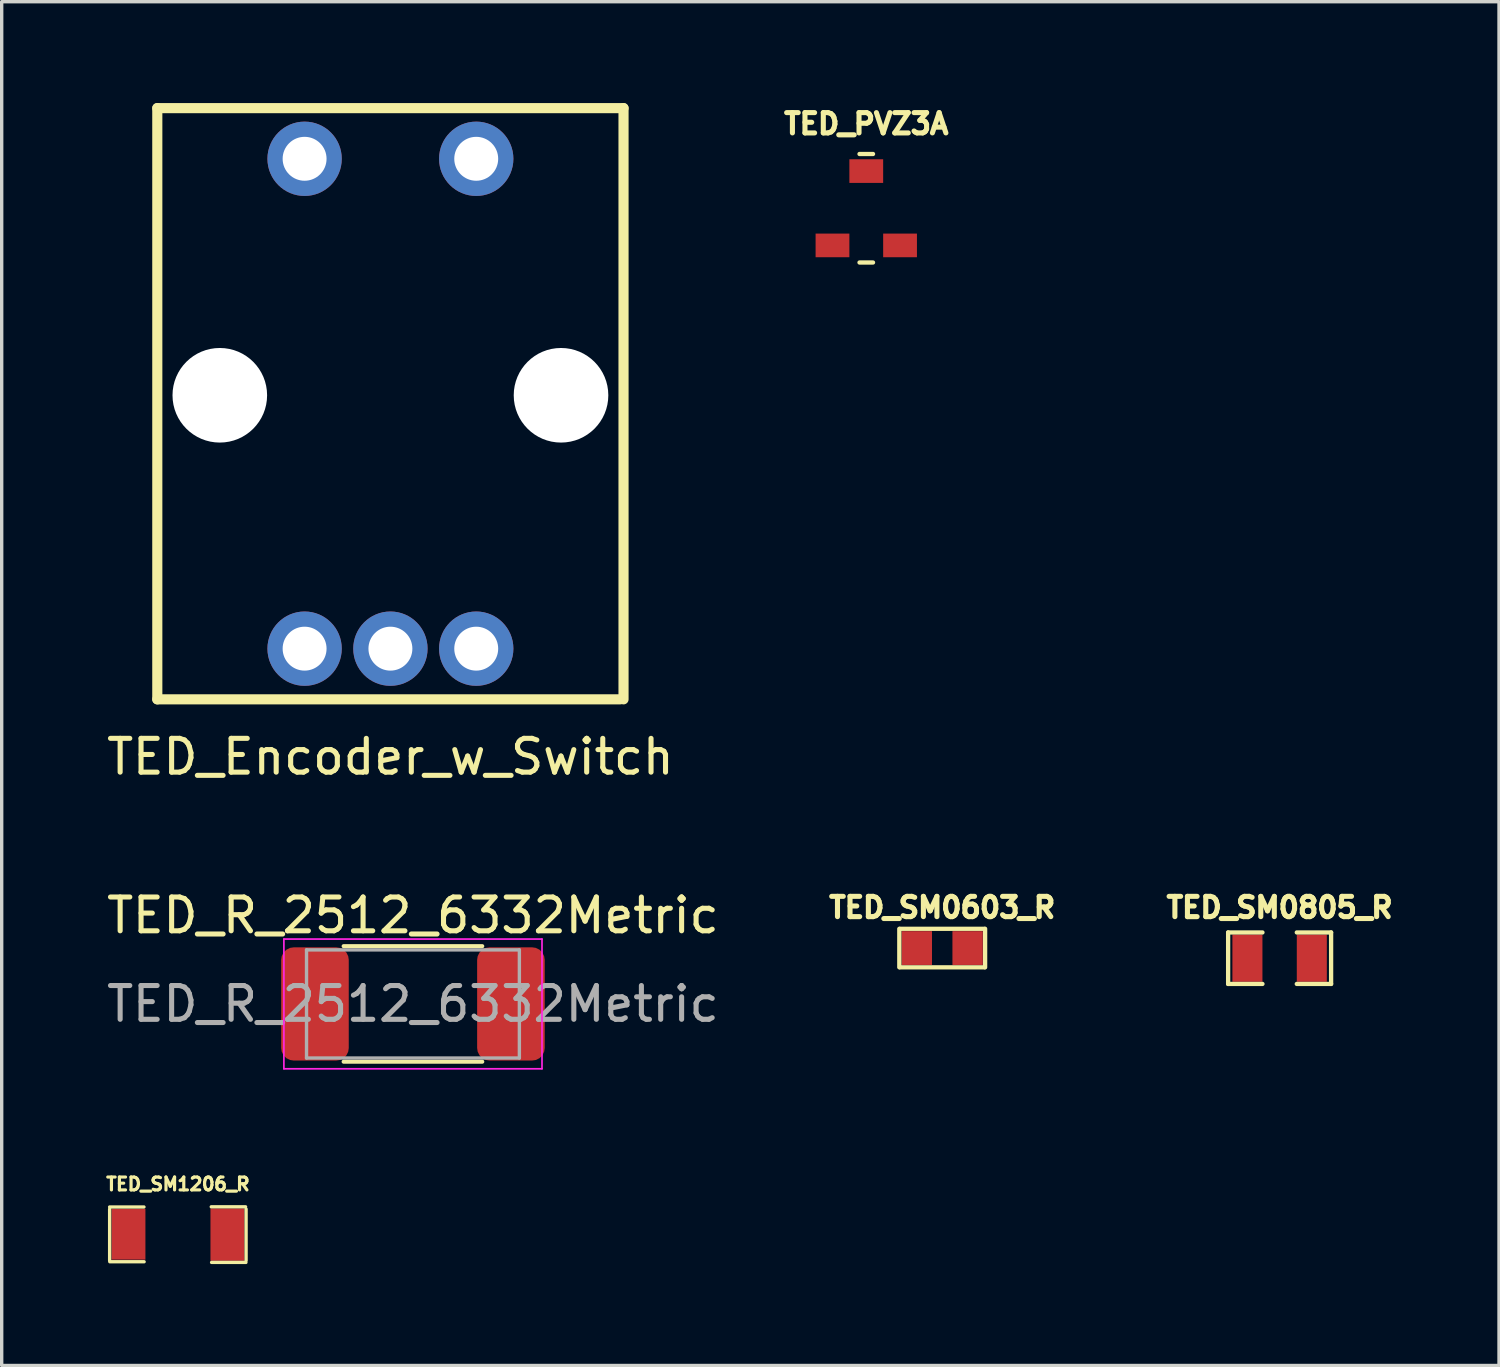
<source format=kicad_pcb>
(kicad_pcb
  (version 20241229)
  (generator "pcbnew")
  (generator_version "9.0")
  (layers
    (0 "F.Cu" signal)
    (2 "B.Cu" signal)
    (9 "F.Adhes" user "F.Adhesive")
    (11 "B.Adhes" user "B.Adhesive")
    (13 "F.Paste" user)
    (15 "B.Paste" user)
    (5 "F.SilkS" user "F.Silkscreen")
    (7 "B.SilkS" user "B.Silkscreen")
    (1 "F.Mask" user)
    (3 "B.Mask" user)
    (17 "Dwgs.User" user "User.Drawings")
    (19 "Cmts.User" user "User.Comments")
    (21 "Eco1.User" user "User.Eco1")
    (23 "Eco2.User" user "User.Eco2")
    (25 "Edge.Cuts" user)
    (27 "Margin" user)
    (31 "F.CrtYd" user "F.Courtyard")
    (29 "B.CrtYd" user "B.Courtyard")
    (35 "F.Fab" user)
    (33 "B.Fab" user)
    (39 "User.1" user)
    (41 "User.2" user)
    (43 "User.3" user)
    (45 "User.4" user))
  (footprint "TED_PVZ3A"
    (layer "F.Cu")
    (at 22.591 3.114)
    (property "Reference" "TED_PVZ3A" (at 0 -2.5 0) (layer "F.SilkS") (effects (font (size 0.6 0.6) (thickness 0.15))))
    (attr through_hole)
    (fp_line (start -0.2 -1.606) (end 0.2 -1.606) (stroke (width 0.127) (type solid)) (layer "F.SilkS"))
    (fp_line (start 0.2 1.606) (end -0.2 1.606) (stroke (width 0.127) (type solid)) (layer "F.SilkS"))
    (pad "1" smd rect (at -1 1.1) (size 1 0.7) (layers "F.Cu" "F.Mask" "F.Paste"))
    (pad "2" smd rect (at 0 -1.1) (size 1 0.7) (layers "F.Cu" "F.Mask" "F.Paste"))
    (pad "3" smd rect (at 1 1.1) (size 1 0.7) (layers "F.Cu" "F.Mask" "F.Paste")))
  (footprint "TED_Encoder_w_Switch"
    (layer "F.Cu")
    (at 8.506 8.65)
    (property "Reference" "TED_Encoder_w_Switch" (at 0 10.7 0) (layer "F.SilkS") (effects (font (size 1 1) (thickness 0.15))))
    (attr through_hole)
    (fp_line (start -6.9 -8.5) (end 6.9 -8.5) (stroke (width 0.3) (type solid)) (layer "F.SilkS"))
    (fp_line (start -6.9 9) (end -6.9 -8.5) (stroke (width 0.3) (type solid)) (layer "F.SilkS"))
    (fp_line (start 6.8 9) (end -6.9 9) (stroke (width 0.3) (type solid)) (layer "F.SilkS"))
    (fp_line (start 6.9 -8.5) (end 6.9 9) (stroke (width 0.3) (type solid)) (layer "F.SilkS"))
    (pad "" np_thru_hole circle (at -5.05 0) (size 2.8 2.8) (drill 2.8) (layers "*.Cu" "*.Mask"))
    (pad "" np_thru_hole circle (at 5.05 0) (size 2.8 2.8) (drill 2.8) (layers "*.Cu" "*.Mask"))
    (pad "1" thru_hole circle (at -2.54 7.5) (size 2.2 2.2) (drill 1.3) (layers "*.Cu" "*.Mask"))
    (pad "2" thru_hole circle (at 0 7.5) (size 2.2 2.2) (drill 1.3) (layers "*.Cu" "*.Mask"))
    (pad "3" thru_hole circle (at 2.54 7.5) (size 2.2 2.2) (drill 1.3) (layers "*.Cu" "*.Mask"))
    (pad "4" thru_hole circle (at -2.54 -7) (size 2.2 2.2) (drill 1.3) (layers "*.Cu" "*.Mask"))
    (pad "5" thru_hole circle (at 2.54 -7) (size 2.2 2.2) (drill 1.3) (layers "*.Cu" "*.Mask")))
  (footprint "TED_R_2512_6332Metric"
    (layer "F.Cu")
    (at 9.173 26.666)
    (property "Reference" "TED_R_2512_6332Metric" (at 0 -2.62 0) (layer "F.SilkS") (effects (font (size 1 1) (thickness 0.15))))
    (attr smd)
    (fp_line (start -2.052 -1.71) (end 2.052 -1.71) (stroke (width 0.12) (type solid)) (layer "F.SilkS"))
    (fp_line (start -2.052 1.71) (end 2.052 1.71) (stroke (width 0.12) (type solid)) (layer "F.SilkS"))
    (fp_line (start -3.82 -1.92) (end 3.82 -1.92) (stroke (width 0.05) (type solid)) (layer "F.CrtYd"))
    (fp_line (start -3.82 1.92) (end -3.82 -1.92) (stroke (width 0.05) (type solid)) (layer "F.CrtYd"))
    (fp_line (start 3.82 -1.92) (end 3.82 1.92) (stroke (width 0.05) (type solid)) (layer "F.CrtYd"))
    (fp_line (start 3.82 1.92) (end -3.82 1.92) (stroke (width 0.05) (type solid)) (layer "F.CrtYd"))
    (fp_line (start -3.15 -1.6) (end 3.15 -1.6) (stroke (width 0.1) (type solid)) (layer "F.Fab"))
    (fp_line (start -3.15 1.6) (end -3.15 -1.6) (stroke (width 0.1) (type solid)) (layer "F.Fab"))
    (fp_line (start 3.15 -1.6) (end 3.15 1.6) (stroke (width 0.1) (type solid)) (layer "F.Fab"))
    (fp_line (start 3.15 1.6) (end -3.15 1.6) (stroke (width 0.1) (type solid)) (layer "F.Fab"))
    (fp_text user "${REFERENCE}" (at 0 0 0) (layer "F.Fab") (effects (font (size 1 1) (thickness 0.15))))
    (pad "1" smd roundrect (at -2.9 0) (size 2 3.35) (layers "F.Cu" "F.Mask" "F.Paste") (roundrect_rratio 0.185))
    (pad "2" smd roundrect (at 2.9 0) (size 2 3.35) (layers "F.Cu" "F.Mask" "F.Paste") (roundrect_rratio 0.185)))
  (footprint "TED_SM0603_R"
    (layer "F.Cu")
    (at 24.839 25.012)
    (property "Reference" "TED_SM0603_R" (at 0 -1.2 0) (layer "F.SilkS") (effects (font (size 0.6 0.6) (thickness 0.15))))
    (attr through_hole)
    (fp_line (start -1.27 -0.57) (end -1.27 0.57) (stroke (width 0.127) (type solid)) (layer "F.SilkS"))
    (fp_line (start -1.25 -0.57) (end 1.25 -0.57) (stroke (width 0.127) (type solid)) (layer "F.SilkS"))
    (fp_line (start 1.25 0.57) (end -1.25 0.57) (stroke (width 0.127) (type solid)) (layer "F.SilkS"))
    (fp_line (start 1.27 -0.57) (end 1.27 0.57) (stroke (width 0.127) (type solid)) (layer "F.SilkS"))
    (pad "1" smd rect (at -0.752 0) (size 0.899 1.001) (layers "F.Cu" "F.Mask" "F.Paste"))
    (pad "2" smd rect (at 0.752 0) (size 0.899 1.001) (layers "F.Cu" "F.Mask" "F.Paste")))
  (footprint "TED_SM0805_R"
    (layer "F.Cu")
    (at 34.826 25.312)
    (property "Reference" "TED_SM0805_R" (at 0 -1.5 0) (layer "F.SilkS") (effects (font (size 0.6 0.6) (thickness 0.15))))
    (attr smd)
    (fp_line (start -1.524 -0.762) (end -0.508 -0.762) (stroke (width 0.127) (type solid)) (layer "F.SilkS"))
    (fp_line (start -1.524 0.762) (end -1.524 -0.762) (stroke (width 0.127) (type solid)) (layer "F.SilkS"))
    (fp_line (start -0.508 0.762) (end -1.524 0.762) (stroke (width 0.127) (type solid)) (layer "F.SilkS"))
    (fp_line (start 0.508 -0.762) (end 1.524 -0.762) (stroke (width 0.127) (type solid)) (layer "F.SilkS"))
    (fp_line (start 1.524 -0.762) (end 1.524 0.762) (stroke (width 0.127) (type solid)) (layer "F.SilkS"))
    (fp_line (start 1.524 0.762) (end 0.508 0.762) (stroke (width 0.127) (type solid)) (layer "F.SilkS"))
    (pad "1" smd rect (at -0.953 0) (size 0.889 1.397) (layers "F.Cu" "F.Mask" "F.Paste"))
    (pad "2" smd rect (at 0.953 0) (size 0.889 1.397) (layers "F.Cu" "F.Mask" "F.Paste")))
  (footprint "TED_SM1206_R"
    (layer "F.Cu")
    (at 2.217 33.499)
    (property "Reference" "TED_SM1206_R" (at 0 -1.5 0) (layer "F.SilkS") (effects (font (size 0.381 0.381) (thickness 0.094))))
    (attr smd)
    (fp_line (start -2.022 -0.823) (end -1.006 -0.823) (stroke (width 0.099) (type solid)) (layer "F.SilkS"))
    (fp_line (start -2.022 0.762) (end -2.022 -0.762) (stroke (width 0.099) (type solid)) (layer "F.SilkS"))
    (fp_line (start -1.001 0.798) (end -2.017 0.798) (stroke (width 0.099) (type solid)) (layer "F.SilkS"))
    (fp_line (start 0.986 -0.828) (end 2.002 -0.828) (stroke (width 0.099) (type solid)) (layer "F.SilkS"))
    (fp_line (start 2.012 0.818) (end 0.996 0.818) (stroke (width 0.099) (type solid)) (layer "F.SilkS"))
    (fp_line (start 2.017 -0.762) (end 2.017 0.762) (stroke (width 0.099) (type solid)) (layer "F.SilkS"))
    (pad "1" smd rect (at -1.463 -0.015) (size 1.001 1.501) (layers "F.Cu" "F.Mask" "F.Paste"))
    (pad "2" smd rect (at 1.463 -0.005) (size 1.001 1.549) (layers "F.Cu" "F.Mask" "F.Paste")))
  (gr_rect
    (start -3 -3)
    (end 41.32 37.367)
    (stroke (width 0.1) (type default))
    (fill no)
    (layer "Edge.Cuts")))
</source>
